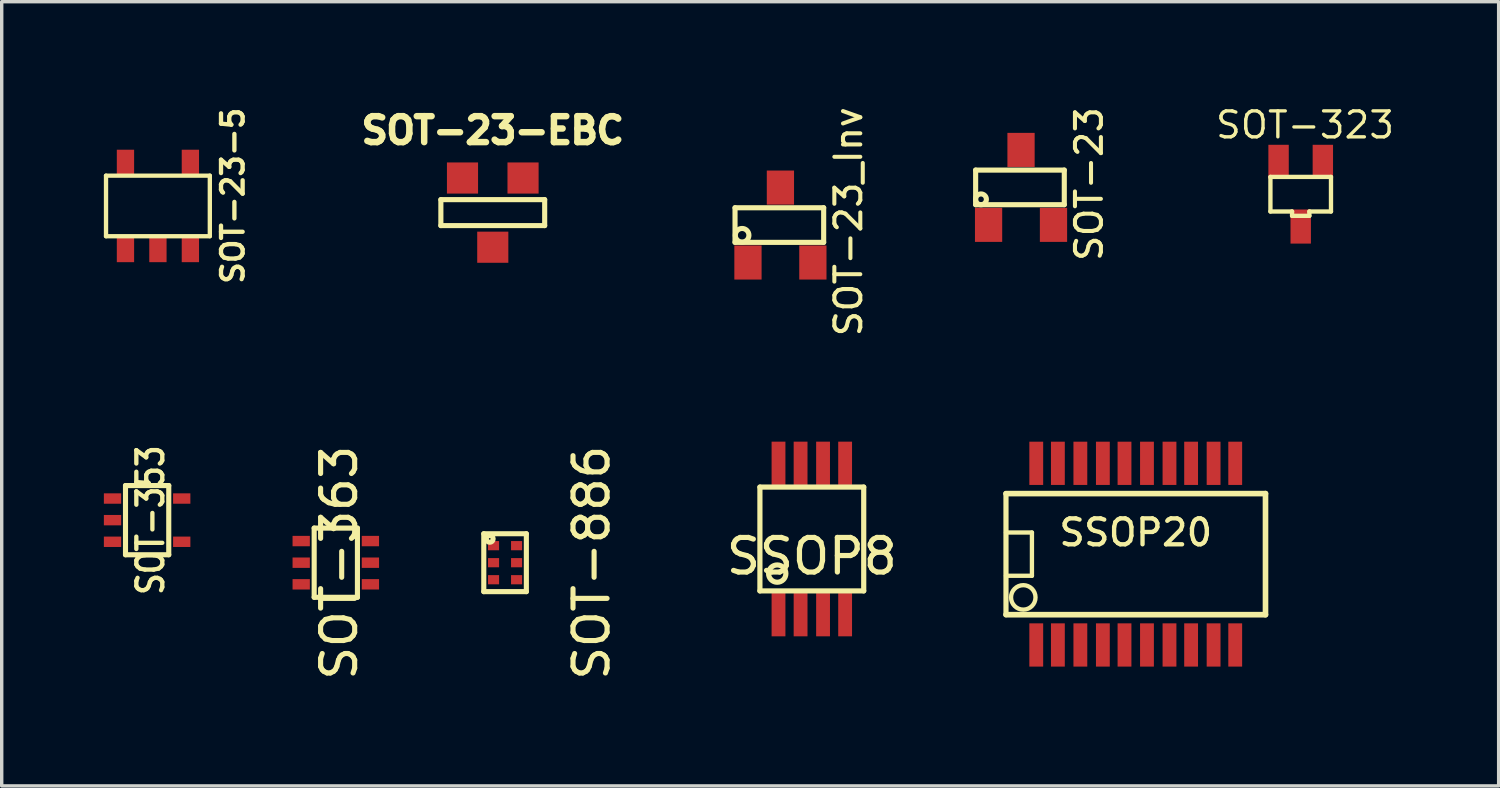
<source format=kicad_pcb>
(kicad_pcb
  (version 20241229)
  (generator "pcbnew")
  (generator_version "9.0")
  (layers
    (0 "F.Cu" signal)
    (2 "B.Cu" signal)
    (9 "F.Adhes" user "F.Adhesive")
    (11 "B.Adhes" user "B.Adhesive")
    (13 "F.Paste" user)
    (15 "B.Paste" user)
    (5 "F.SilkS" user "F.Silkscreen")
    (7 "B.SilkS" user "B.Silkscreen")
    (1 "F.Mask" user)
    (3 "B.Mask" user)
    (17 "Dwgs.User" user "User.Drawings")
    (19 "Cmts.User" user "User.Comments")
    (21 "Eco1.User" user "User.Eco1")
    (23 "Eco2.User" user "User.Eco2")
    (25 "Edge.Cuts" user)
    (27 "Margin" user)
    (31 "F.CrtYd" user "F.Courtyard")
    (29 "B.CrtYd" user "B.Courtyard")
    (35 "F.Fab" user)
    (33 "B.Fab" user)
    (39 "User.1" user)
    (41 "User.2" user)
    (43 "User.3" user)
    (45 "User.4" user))
  (footprint "SOT-23-5"
    (layer "F.Cu")
    (at 1.587 2.997)
    (property "Reference" "SOT-23-5" (at 2.2 -0.3 90) (layer "F.SilkS") (effects (font (size 0.635 0.635) (thickness 0.127))))
    (attr smd)
    (fp_line (start -1.524 -0.889) (end 1.524 -0.889) (stroke (width 0.127) (type solid)) (layer "F.SilkS"))
    (fp_line (start -1.524 0.889) (end -1.524 -0.889) (stroke (width 0.127) (type solid)) (layer "F.SilkS"))
    (fp_line (start 1.524 -0.889) (end 1.524 0.889) (stroke (width 0.127) (type solid)) (layer "F.SilkS"))
    (fp_line (start 1.524 0.889) (end -1.524 0.889) (stroke (width 0.127) (type solid)) (layer "F.SilkS"))
    (pad "1" smd rect (at -0.953 1.27) (size 0.508 0.762) (layers "F.Cu" "F.Mask" "F.Paste"))
    (pad "2" smd rect (at 0 1.27) (size 0.508 0.762) (layers "F.Cu" "F.Mask" "F.Paste"))
    (pad "3" smd rect (at 0.953 1.27) (size 0.508 0.762) (layers "F.Cu" "F.Mask" "F.Paste"))
    (pad "4" smd rect (at 0.953 -1.27) (size 0.508 0.762) (layers "F.Cu" "F.Mask" "F.Paste"))
    (pad "5" smd rect (at -0.953 -1.27) (size 0.508 0.762) (layers "F.Cu" "F.Mask" "F.Paste")))
  (footprint "SSOP20"
    (layer "F.Cu")
    (at 30.298 13.221)
    (property "Reference" "SSOP20" (at 0 -0.635 0) (layer "F.SilkS") (effects (font (size 0.762 0.762) (thickness 0.127))))
    (attr smd)
    (fp_line (start -3.81 -0.635) (end -3.048 -0.635) (stroke (width 0.127) (type solid)) (layer "F.SilkS"))
    (fp_line (start -3.81 1.778) (end -3.81 -1.778) (stroke (width 0.152) (type solid)) (layer "F.SilkS"))
    (fp_line (start -3.81 1.778) (end 3.81 1.778) (stroke (width 0.165) (type solid)) (layer "F.SilkS"))
    (fp_line (start -3.048 -0.635) (end -3.048 0.635) (stroke (width 0.127) (type solid)) (layer "F.SilkS"))
    (fp_line (start -3.048 0.635) (end -3.81 0.635) (stroke (width 0.127) (type solid)) (layer "F.SilkS"))
    (fp_line (start 3.81 -1.778) (end -3.81 -1.778) (stroke (width 0.165) (type solid)) (layer "F.SilkS"))
    (fp_line (start 3.81 -1.778) (end 3.81 1.778) (stroke (width 0.165) (type solid)) (layer "F.SilkS"))
    (fp_circle (center -3.302 1.27) (end -3.556 1.016) (stroke (width 0.127) (type solid)) (fill no) (layer "F.SilkS"))
    (pad "1" smd rect (at -2.921 2.667) (size 0.406 1.27) (layers "F.Cu" "F.Mask" "F.Paste"))
    (pad "2" smd rect (at -2.286 2.667) (size 0.406 1.27) (layers "F.Cu" "F.Mask" "F.Paste"))
    (pad "3" smd rect (at -1.626 2.667) (size 0.406 1.27) (layers "F.Cu" "F.Mask" "F.Paste"))
    (pad "4" smd rect (at -0.965 2.667) (size 0.406 1.27) (layers "F.Cu" "F.Mask" "F.Paste"))
    (pad "5" smd rect (at -0.33 2.667) (size 0.406 1.27) (layers "F.Cu" "F.Mask" "F.Paste"))
    (pad "6" smd rect (at 0.33 2.667) (size 0.406 1.27) (layers "F.Cu" "F.Mask" "F.Paste"))
    (pad "7" smd rect (at 0.991 2.667) (size 0.406 1.27) (layers "F.Cu" "F.Mask" "F.Paste"))
    (pad "8" smd rect (at 1.626 2.667) (size 0.406 1.27) (layers "F.Cu" "F.Mask" "F.Paste"))
    (pad "9" smd rect (at 2.286 2.667) (size 0.406 1.27) (layers "F.Cu" "F.Mask" "F.Paste"))
    (pad "10" smd rect (at 2.921 2.667) (size 0.406 1.27) (layers "F.Cu" "F.Mask" "F.Paste"))
    (pad "11" smd rect (at 2.921 -2.667) (size 0.406 1.27) (layers "F.Cu" "F.Mask" "F.Paste"))
    (pad "12" smd rect (at 2.286 -2.667) (size 0.406 1.27) (layers "F.Cu" "F.Mask" "F.Paste"))
    (pad "13" smd rect (at 1.626 -2.667) (size 0.406 1.27) (layers "F.Cu" "F.Mask" "F.Paste"))
    (pad "14" smd rect (at 0.991 -2.667) (size 0.406 1.27) (layers "F.Cu" "F.Mask" "F.Paste"))
    (pad "15" smd rect (at 0.33 -2.667) (size 0.406 1.27) (layers "F.Cu" "F.Mask" "F.Paste"))
    (pad "16" smd rect (at -0.33 -2.667) (size 0.406 1.27) (layers "F.Cu" "F.Mask" "F.Paste"))
    (pad "17" smd rect (at -0.965 -2.667) (size 0.406 1.27) (layers "F.Cu" "F.Mask" "F.Paste"))
    (pad "18" smd rect (at -1.626 -2.667) (size 0.406 1.27) (layers "F.Cu" "F.Mask" "F.Paste"))
    (pad "19" smd rect (at -2.286 -2.667) (size 0.406 1.27) (layers "F.Cu" "F.Mask" "F.Paste"))
    (pad "20" smd rect (at -2.921 -2.667) (size 0.406 1.27) (layers "F.Cu" "F.Mask" "F.Paste")))
  (footprint "SOT-323"
    (layer "F.Cu")
    (at 35.142 2.652)
    (property "Reference" "SOT-323" (at 0.127 -2.032 0) (layer "F.SilkS") (effects (font (size 0.762 0.762) (thickness 0.099))))
    (attr smd)
    (fp_line (start -0.889 -0.508) (end -0.889 0.508) (stroke (width 0.127) (type solid)) (layer "F.SilkS"))
    (fp_line (start -0.889 0.508) (end -0.254 0.508) (stroke (width 0.127) (type solid)) (layer "F.SilkS"))
    (fp_line (start -0.254 0.508) (end -0.254 0.635) (stroke (width 0.127) (type solid)) (layer "F.SilkS"))
    (fp_line (start -0.254 0.635) (end 0.254 0.635) (stroke (width 0.127) (type solid)) (layer "F.SilkS"))
    (fp_line (start 0.254 0.508) (end 0.889 0.508) (stroke (width 0.127) (type solid)) (layer "F.SilkS"))
    (fp_line (start 0.254 0.635) (end 0.254 0.508) (stroke (width 0.127) (type solid)) (layer "F.SilkS"))
    (fp_line (start 0.889 -0.508) (end -0.889 -0.508) (stroke (width 0.127) (type solid)) (layer "F.SilkS"))
    (fp_line (start 0.889 0.508) (end 0.889 -0.508) (stroke (width 0.127) (type solid)) (layer "F.SilkS"))
    (pad "1" smd rect (at 0.65 -0.95) (size 0.599 1.001) (layers "F.Cu" "F.Mask" "F.Paste"))
    (pad "2" smd rect (at -0.65 -0.95) (size 0.599 1.001) (layers "F.Cu" "F.Mask" "F.Paste"))
    (pad "3" smd rect (at 0 0.95) (size 0.599 1.001) (layers "F.Cu" "F.Mask" "F.Paste")))
  (footprint "SOT-23_Inv"
    (layer "F.Cu")
    (at 19.865 3.558)
    (property "Reference" "SOT-23_Inv" (at 1.999 -0.099 90) (layer "F.SilkS") (effects (font (size 0.762 0.762) (thickness 0.119))))
    (attr smd)
    (fp_line (start -1.333 -0.508) (end -1.333 0.508) (stroke (width 0.15) (type solid)) (layer "F.SilkS"))
    (fp_line (start -1.333 -0.508) (end 1.27 -0.508) (stroke (width 0.15) (type solid)) (layer "F.SilkS"))
    (fp_line (start 1.27 -0.508) (end 1.27 0.508) (stroke (width 0.15) (type solid)) (layer "F.SilkS"))
    (fp_line (start 1.27 0.508) (end -1.333 0.508) (stroke (width 0.15) (type solid)) (layer "F.SilkS"))
    (fp_circle (center -1.125 0.3) (end -1.125 0.5) (stroke (width 0.15) (type solid)) (fill no) (layer "F.SilkS"))
    (pad "1" smd rect (at -0.953 1.1) (size 0.8 1.001) (layers "F.Cu" "F.Mask" "F.Paste"))
    (pad "2" smd rect (at 0 -1.1) (size 0.8 1.001) (layers "F.Cu" "F.Mask" "F.Paste"))
    (pad "3" smd rect (at 0.953 1.1) (size 0.8 1.001) (layers "F.Cu" "F.Mask" "F.Paste")))
  (footprint "SOT-886"
    (layer "F.Cu")
    (at 11.78 13.472)
    (property "Reference" "SOT-886" (at 2.54 0 90) (layer "F.SilkS") (effects (font (size 1 1) (thickness 0.15))))
    (attr smd)
    (fp_line (start -0.625 -0.85) (end 0.625 -0.85) (stroke (width 0.15) (type solid)) (layer "F.SilkS"))
    (fp_line (start -0.625 0.85) (end -0.625 -0.85) (stroke (width 0.15) (type solid)) (layer "F.SilkS"))
    (fp_line (start 0.625 -0.85) (end 0.625 0.85) (stroke (width 0.15) (type solid)) (layer "F.SilkS"))
    (fp_line (start 0.625 0.85) (end -0.625 0.85) (stroke (width 0.15) (type solid)) (layer "F.SilkS"))
    (fp_circle (center -0.45 -0.7) (end -0.35 -0.7) (stroke (width 0.15) (type solid)) (fill no) (layer "F.SilkS"))
    (pad "1" smd rect (at -0.338 -0.5) (size 0.325 0.27) (layers "F.Cu" "F.Mask" "F.Paste"))
    (pad "2" smd rect (at -0.338 0) (size 0.325 0.27) (layers "F.Cu" "F.Mask" "F.Paste"))
    (pad "3" smd rect (at -0.338 0.5) (size 0.325 0.27) (layers "F.Cu" "F.Mask" "F.Paste"))
    (pad "4" smd rect (at 0.338 0.5) (size 0.325 0.27) (layers "F.Cu" "F.Mask" "F.Paste"))
    (pad "5" smd rect (at 0.338 0) (size 0.325 0.27) (layers "F.Cu" "F.Mask" "F.Paste"))
    (pad "6" smd rect (at 0.338 -0.5) (size 0.325 0.27) (layers "F.Cu" "F.Mask" "F.Paste")))
  (footprint "SOT-23-EBC"
    (layer "F.Cu")
    (at 11.419 3.193)
    (property "Reference" "SOT-23-EBC" (at 0 -2.413 0) (layer "F.SilkS") (effects (font (size 0.762 0.762) (thickness 0.203))))
    (attr smd)
    (fp_line (start -1.524 -0.381) (end 1.524 -0.381) (stroke (width 0.15) (type solid)) (layer "F.SilkS"))
    (fp_line (start -1.524 0.381) (end -1.524 -0.381) (stroke (width 0.15) (type solid)) (layer "F.SilkS"))
    (fp_line (start 1.524 -0.381) (end 1.524 0.381) (stroke (width 0.15) (type solid)) (layer "F.SilkS"))
    (fp_line (start 1.524 0.381) (end -1.524 0.381) (stroke (width 0.15) (type solid)) (layer "F.SilkS"))
    (pad "1" smd rect (at -0.889 -1.016) (size 0.914 0.914) (layers "F.Cu" "F.Mask" "F.Paste"))
    (pad "2" smd rect (at 0.889 -1.016) (size 0.914 0.914) (layers "F.Cu" "F.Mask" "F.Paste"))
    (pad "3" smd rect (at 0 1.016) (size 0.914 0.914) (layers "F.Cu" "F.Mask" "F.Paste")))
  (footprint "SOT-363"
    (layer "F.Cu")
    (at 6.81 13.472)
    (property "Reference" "SOT-363" (at 0.099 0 90) (layer "F.SilkS") (effects (font (size 1 1) (thickness 0.15))))
    (attr smd)
    (fp_line (start -0.635 -1.016) (end -0.635 1.016) (stroke (width 0.15) (type solid)) (layer "F.SilkS"))
    (fp_line (start -0.635 1.016) (end 0.635 1.016) (stroke (width 0.15) (type solid)) (layer "F.SilkS"))
    (fp_line (start 0.635 -1.016) (end -0.635 -1.016) (stroke (width 0.15) (type solid)) (layer "F.SilkS"))
    (fp_line (start 0.635 1.016) (end 0.635 -1.016) (stroke (width 0.15) (type solid)) (layer "F.SilkS"))
    (pad "1" smd rect (at -1.016 -0.635) (size 0.508 0.305) (layers "F.Cu" "F.Mask" "F.Paste"))
    (pad "2" smd rect (at -1.016 0) (size 0.508 0.305) (layers "F.Cu" "F.Mask" "F.Paste"))
    (pad "3" smd rect (at -1.016 0.635) (size 0.508 0.305) (layers "F.Cu" "F.Mask" "F.Paste"))
    (pad "4" smd rect (at 1.016 0.635) (size 0.508 0.305) (layers "F.Cu" "F.Mask" "F.Paste"))
    (pad "5" smd rect (at 1.016 0) (size 0.508 0.305) (layers "F.Cu" "F.Mask" "F.Paste"))
    (pad "6" smd rect (at 1.016 -0.635) (size 0.508 0.305) (layers "F.Cu" "F.Mask" "F.Paste")))
  (footprint "SSOP8"
    (layer "F.Cu")
    (at 20.787 12.776)
    (property "Reference" "SSOP8" (at 0 0.508 0) (layer "F.SilkS") (effects (font (size 1.016 1.016) (thickness 0.152))))
    (attr smd)
    (fp_line (start -1.524 -1.524) (end 1.524 -1.524) (stroke (width 0.152) (type solid)) (layer "F.SilkS"))
    (fp_line (start -1.524 1.524) (end -1.524 -1.524) (stroke (width 0.152) (type solid)) (layer "F.SilkS"))
    (fp_line (start 1.524 -1.524) (end 1.524 1.524) (stroke (width 0.152) (type solid)) (layer "F.SilkS"))
    (fp_line (start 1.524 1.524) (end -1.524 1.524) (stroke (width 0.152) (type solid)) (layer "F.SilkS"))
    (fp_circle (center -1.016 1.016) (end -1.016 0.762) (stroke (width 0.152) (type solid)) (fill no) (layer "F.SilkS"))
    (pad "1" smd rect (at -0.978 2.223) (size 0.406 1.27) (layers "F.Cu" "F.Mask" "F.Paste"))
    (pad "2" smd rect (at -0.33 2.223) (size 0.406 1.27) (layers "F.Cu" "F.Mask" "F.Paste"))
    (pad "3" smd rect (at 0.33 2.223) (size 0.406 1.27) (layers "F.Cu" "F.Mask" "F.Paste"))
    (pad "4" smd rect (at 0.978 2.223) (size 0.406 1.27) (layers "F.Cu" "F.Mask" "F.Paste"))
    (pad "5" smd rect (at 0.978 -2.223) (size 0.406 1.27) (layers "F.Cu" "F.Mask" "F.Paste"))
    (pad "6" smd rect (at 0.33 -2.223) (size 0.406 1.27) (layers "F.Cu" "F.Mask" "F.Paste"))
    (pad "7" smd rect (at -0.33 -2.223) (size 0.406 1.27) (layers "F.Cu" "F.Mask" "F.Paste"))
    (pad "8" smd rect (at -0.978 -2.223) (size 0.406 1.27) (layers "F.Cu" "F.Mask" "F.Paste")))
  (footprint "SOT-353"
    (layer "F.Cu")
    (at 1.27 12.223)
    (property "Reference" "SOT-353" (at 0.099 0 90) (layer "F.SilkS") (effects (font (size 0.762 0.635) (thickness 0.127))))
    (attr smd)
    (fp_line (start -0.635 -1.016) (end -0.635 1.016) (stroke (width 0.15) (type solid)) (layer "F.SilkS"))
    (fp_line (start -0.635 1.016) (end 0.635 1.016) (stroke (width 0.15) (type solid)) (layer "F.SilkS"))
    (fp_line (start 0.635 -1.016) (end -0.635 -1.016) (stroke (width 0.15) (type solid)) (layer "F.SilkS"))
    (fp_line (start 0.635 1.016) (end 0.635 -1.016) (stroke (width 0.15) (type solid)) (layer "F.SilkS"))
    (pad "1" smd rect (at -1.016 -0.635) (size 0.508 0.305) (layers "F.Cu" "F.Mask" "F.Paste"))
    (pad "2" smd rect (at -1.016 0) (size 0.508 0.305) (layers "F.Cu" "F.Mask" "F.Paste"))
    (pad "3" smd rect (at -1.016 0.635) (size 0.508 0.305) (layers "F.Cu" "F.Mask" "F.Paste"))
    (pad "4" smd rect (at 1.016 0.635) (size 0.508 0.305) (layers "F.Cu" "F.Mask" "F.Paste"))
    (pad "5" smd rect (at 1.016 -0.635) (size 0.508 0.305) (layers "F.Cu" "F.Mask" "F.Paste")))
  (footprint "SOT-23"
    (layer "F.Cu")
    (at 26.93 2.452)
    (property "Reference" "SOT-23" (at 1.999 -0.099 90) (layer "F.SilkS") (effects (font (size 0.762 0.762) (thickness 0.119))))
    (attr through_hole)
    (fp_line (start -1.333 -0.508) (end -1.333 0.508) (stroke (width 0.15) (type solid)) (layer "F.SilkS"))
    (fp_line (start -1.333 -0.508) (end 1.27 -0.508) (stroke (width 0.15) (type solid)) (layer "F.SilkS"))
    (fp_line (start 1.27 -0.508) (end 1.27 0.508) (stroke (width 0.15) (type solid)) (layer "F.SilkS"))
    (fp_line (start 1.27 0.508) (end -1.333 0.508) (stroke (width 0.15) (type solid)) (layer "F.SilkS"))
    (fp_circle (center -1.176 0.351) (end -1.3 0.45) (stroke (width 0.15) (type solid)) (fill no) (layer "F.SilkS"))
    (pad "1" smd rect (at -0.953 1.1) (size 0.8 1.001) (layers "F.Cu" "F.Mask" "F.Paste"))
    (pad "2" smd rect (at 0.953 1.1) (size 0.8 1.001) (layers "F.Cu" "F.Mask" "F.Paste"))
    (pad "3" smd rect (at 0 -1.1) (size 0.8 1.001) (layers "F.Cu" "F.Mask" "F.Paste")))
  (gr_rect
    (start -3 -3)
    (end 40.954 20.026)
    (stroke (width 0.1) (type default))
    (fill no)
    (layer "Edge.Cuts")))
</source>
